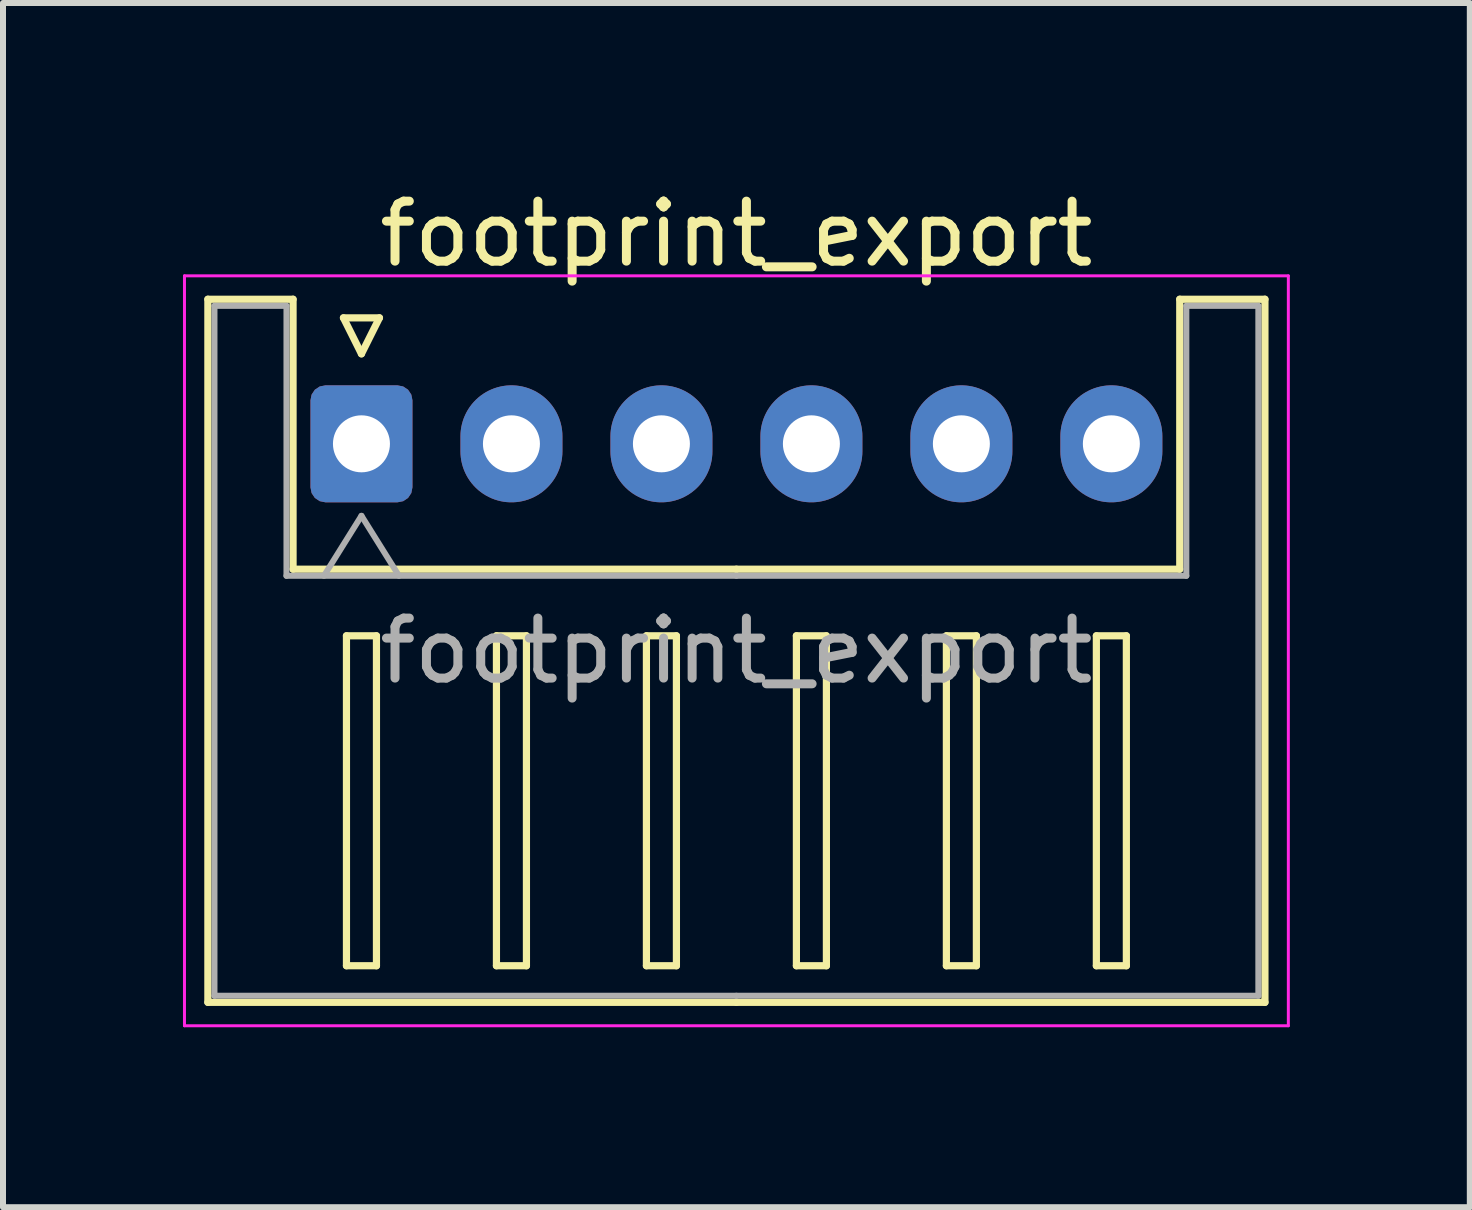
<source format=kicad_pcb>
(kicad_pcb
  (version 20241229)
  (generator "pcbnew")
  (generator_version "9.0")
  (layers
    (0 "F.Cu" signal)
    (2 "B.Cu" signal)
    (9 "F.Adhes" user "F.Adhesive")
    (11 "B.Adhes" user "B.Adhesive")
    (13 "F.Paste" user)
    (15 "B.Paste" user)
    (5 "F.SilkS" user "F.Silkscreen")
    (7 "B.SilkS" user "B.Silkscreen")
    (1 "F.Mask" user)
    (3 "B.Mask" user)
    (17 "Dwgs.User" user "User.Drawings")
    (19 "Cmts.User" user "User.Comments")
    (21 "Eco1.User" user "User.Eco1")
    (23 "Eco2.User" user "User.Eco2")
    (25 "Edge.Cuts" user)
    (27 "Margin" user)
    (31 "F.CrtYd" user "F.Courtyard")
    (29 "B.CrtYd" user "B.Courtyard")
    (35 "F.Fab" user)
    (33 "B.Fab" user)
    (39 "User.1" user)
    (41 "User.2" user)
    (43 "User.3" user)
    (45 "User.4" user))
  (footprint "footprint_export"
    (layer "F.Cu")
    (at 2.975 4.348)
    (property "Reference" "footprint_export" (at 6.25 -3.5 0) (layer "F.SilkS") (effects (font (size 1 1) (thickness 0.15))))
    (attr through_hole)
    (fp_line (start -2.56 -2.41) (end -1.14 -2.41) (stroke (width 0.12) (type solid)) (layer "F.SilkS"))
    (fp_line (start -2.56 9.31) (end -2.56 -2.41) (stroke (width 0.12) (type solid)) (layer "F.SilkS"))
    (fp_line (start -1.14 -2.41) (end -1.14 2.09) (stroke (width 0.12) (type solid)) (layer "F.SilkS"))
    (fp_line (start -1.14 2.09) (end 6.25 2.09) (stroke (width 0.12) (type solid)) (layer "F.SilkS"))
    (fp_line (start -0.3 -2.1) (end 0.3 -2.1) (stroke (width 0.12) (type solid)) (layer "F.SilkS"))
    (fp_line (start -0.25 3.2) (end -0.25 8.7) (stroke (width 0.12) (type solid)) (layer "F.SilkS"))
    (fp_line (start -0.25 8.7) (end 0.25 8.7) (stroke (width 0.12) (type solid)) (layer "F.SilkS"))
    (fp_line (start 0 -1.5) (end -0.3 -2.1) (stroke (width 0.12) (type solid)) (layer "F.SilkS"))
    (fp_line (start 0.25 3.2) (end -0.25 3.2) (stroke (width 0.12) (type solid)) (layer "F.SilkS"))
    (fp_line (start 0.25 8.7) (end 0.25 3.2) (stroke (width 0.12) (type solid)) (layer "F.SilkS"))
    (fp_line (start 0.3 -2.1) (end 0 -1.5) (stroke (width 0.12) (type solid)) (layer "F.SilkS"))
    (fp_line (start 2.25 3.2) (end 2.25 8.7) (stroke (width 0.12) (type solid)) (layer "F.SilkS"))
    (fp_line (start 2.25 8.7) (end 2.75 8.7) (stroke (width 0.12) (type solid)) (layer "F.SilkS"))
    (fp_line (start 2.75 3.2) (end 2.25 3.2) (stroke (width 0.12) (type solid)) (layer "F.SilkS"))
    (fp_line (start 2.75 8.7) (end 2.75 3.2) (stroke (width 0.12) (type solid)) (layer "F.SilkS"))
    (fp_line (start 4.75 3.2) (end 4.75 8.7) (stroke (width 0.12) (type solid)) (layer "F.SilkS"))
    (fp_line (start 4.75 8.7) (end 5.25 8.7) (stroke (width 0.12) (type solid)) (layer "F.SilkS"))
    (fp_line (start 5.25 3.2) (end 4.75 3.2) (stroke (width 0.12) (type solid)) (layer "F.SilkS"))
    (fp_line (start 5.25 8.7) (end 5.25 3.2) (stroke (width 0.12) (type solid)) (layer "F.SilkS"))
    (fp_line (start 6.25 9.31) (end -2.56 9.31) (stroke (width 0.12) (type solid)) (layer "F.SilkS"))
    (fp_line (start 6.25 9.31) (end 15.06 9.31) (stroke (width 0.12) (type solid)) (layer "F.SilkS"))
    (fp_line (start 7.25 3.2) (end 7.25 8.7) (stroke (width 0.12) (type solid)) (layer "F.SilkS"))
    (fp_line (start 7.25 8.7) (end 7.75 8.7) (stroke (width 0.12) (type solid)) (layer "F.SilkS"))
    (fp_line (start 7.75 3.2) (end 7.25 3.2) (stroke (width 0.12) (type solid)) (layer "F.SilkS"))
    (fp_line (start 7.75 8.7) (end 7.75 3.2) (stroke (width 0.12) (type solid)) (layer "F.SilkS"))
    (fp_line (start 9.75 3.2) (end 9.75 8.7) (stroke (width 0.12) (type solid)) (layer "F.SilkS"))
    (fp_line (start 9.75 8.7) (end 10.25 8.7) (stroke (width 0.12) (type solid)) (layer "F.SilkS"))
    (fp_line (start 10.25 3.2) (end 9.75 3.2) (stroke (width 0.12) (type solid)) (layer "F.SilkS"))
    (fp_line (start 10.25 8.7) (end 10.25 3.2) (stroke (width 0.12) (type solid)) (layer "F.SilkS"))
    (fp_line (start 12.25 3.2) (end 12.25 8.7) (stroke (width 0.12) (type solid)) (layer "F.SilkS"))
    (fp_line (start 12.25 8.7) (end 12.75 8.7) (stroke (width 0.12) (type solid)) (layer "F.SilkS"))
    (fp_line (start 12.75 3.2) (end 12.25 3.2) (stroke (width 0.12) (type solid)) (layer "F.SilkS"))
    (fp_line (start 12.75 8.7) (end 12.75 3.2) (stroke (width 0.12) (type solid)) (layer "F.SilkS"))
    (fp_line (start 13.64 -2.41) (end 13.64 2.09) (stroke (width 0.12) (type solid)) (layer "F.SilkS"))
    (fp_line (start 13.64 2.09) (end 6.25 2.09) (stroke (width 0.12) (type solid)) (layer "F.SilkS"))
    (fp_line (start 15.06 -2.41) (end 13.64 -2.41) (stroke (width 0.12) (type solid)) (layer "F.SilkS"))
    (fp_line (start 15.06 9.31) (end 15.06 -2.41) (stroke (width 0.12) (type solid)) (layer "F.SilkS"))
    (fp_line (start -2.95 -2.8) (end -2.95 9.7) (stroke (width 0.05) (type solid)) (layer "F.CrtYd"))
    (fp_line (start -2.95 9.7) (end 15.45 9.7) (stroke (width 0.05) (type solid)) (layer "F.CrtYd"))
    (fp_line (start 15.45 -2.8) (end -2.95 -2.8) (stroke (width 0.05) (type solid)) (layer "F.CrtYd"))
    (fp_line (start 15.45 9.7) (end 15.45 -2.8) (stroke (width 0.05) (type solid)) (layer "F.CrtYd"))
    (fp_line (start -2.45 -2.3) (end -1.25 -2.3) (stroke (width 0.1) (type solid)) (layer "F.Fab"))
    (fp_line (start -2.45 9.2) (end -2.45 -2.3) (stroke (width 0.1) (type solid)) (layer "F.Fab"))
    (fp_line (start -1.25 -2.3) (end -1.25 2.2) (stroke (width 0.1) (type solid)) (layer "F.Fab"))
    (fp_line (start -1.25 2.2) (end 6.25 2.2) (stroke (width 0.1) (type solid)) (layer "F.Fab"))
    (fp_line (start -0.625 2.2) (end 0 1.2) (stroke (width 0.1) (type solid)) (layer "F.Fab"))
    (fp_line (start 0 1.2) (end 0.625 2.2) (stroke (width 0.1) (type solid)) (layer "F.Fab"))
    (fp_line (start 6.25 9.2) (end -2.45 9.2) (stroke (width 0.1) (type solid)) (layer "F.Fab"))
    (fp_line (start 6.25 9.2) (end 14.95 9.2) (stroke (width 0.1) (type solid)) (layer "F.Fab"))
    (fp_line (start 13.75 -2.3) (end 13.75 2.2) (stroke (width 0.1) (type solid)) (layer "F.Fab"))
    (fp_line (start 13.75 2.2) (end 6.25 2.2) (stroke (width 0.1) (type solid)) (layer "F.Fab"))
    (fp_line (start 14.95 -2.3) (end 13.75 -2.3) (stroke (width 0.1) (type solid)) (layer "F.Fab"))
    (fp_line (start 14.95 9.2) (end 14.95 -2.3) (stroke (width 0.1) (type solid)) (layer "F.Fab"))
    (fp_text user "${REFERENCE}" (at 6.25 3.45 0) (layer "F.Fab") (effects (font (size 1 1) (thickness 0.15))))
    (pad "1" thru_hole roundrect (at 0 0) (size 1.7 1.95) (drill 0.95) (layers "*.Cu" "*.Mask") (roundrect_rratio 0.147))
    (pad "2" thru_hole oval (at 2.5 0) (size 1.7 1.95) (drill 0.95) (layers "*.Cu" "*.Mask"))
    (pad "3" thru_hole oval (at 5 0) (size 1.7 1.95) (drill 0.95) (layers "*.Cu" "*.Mask"))
    (pad "4" thru_hole oval (at 7.5 0) (size 1.7 1.95) (drill 0.95) (layers "*.Cu" "*.Mask"))
    (pad "5" thru_hole oval (at 10 0) (size 1.7 1.95) (drill 0.95) (layers "*.Cu" "*.Mask"))
    (pad "6" thru_hole oval (at 12.5 0) (size 1.7 1.95) (drill 0.95) (layers "*.Cu" "*.Mask")))
  (gr_rect
    (start -3 -3)
    (end 21.45 17.073)
    (stroke (width 0.1) (type default))
    (fill no)
    (layer "Edge.Cuts")))
</source>
